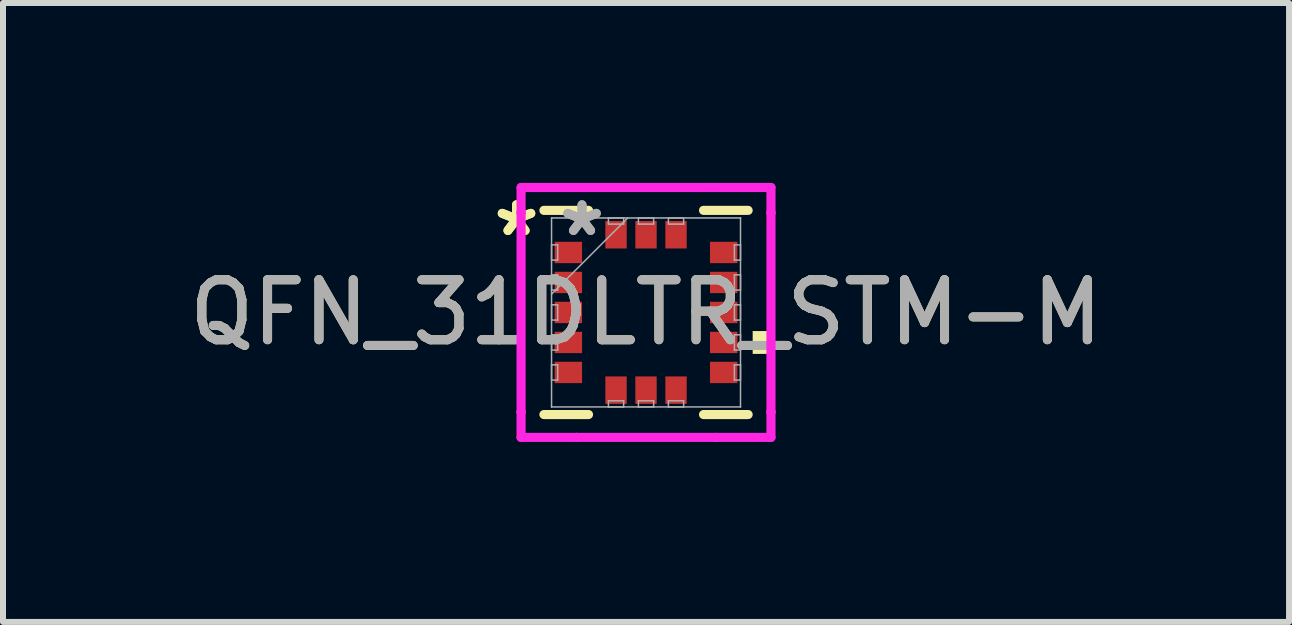
<source format=kicad_pcb>
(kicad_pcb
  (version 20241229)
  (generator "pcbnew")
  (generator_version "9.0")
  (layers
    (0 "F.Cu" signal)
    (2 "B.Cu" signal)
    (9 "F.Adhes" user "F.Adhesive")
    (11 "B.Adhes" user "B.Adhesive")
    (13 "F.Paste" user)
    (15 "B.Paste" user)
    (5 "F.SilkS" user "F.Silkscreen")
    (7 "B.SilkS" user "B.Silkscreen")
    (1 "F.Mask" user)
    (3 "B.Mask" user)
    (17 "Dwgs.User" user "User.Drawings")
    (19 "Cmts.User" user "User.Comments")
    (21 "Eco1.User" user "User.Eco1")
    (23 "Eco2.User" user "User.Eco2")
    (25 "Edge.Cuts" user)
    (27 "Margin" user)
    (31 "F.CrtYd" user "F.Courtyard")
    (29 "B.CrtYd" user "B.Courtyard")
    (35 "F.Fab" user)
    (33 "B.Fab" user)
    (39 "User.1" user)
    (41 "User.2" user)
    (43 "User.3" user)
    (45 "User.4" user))
  (footprint "QFN_31DLTR_STM-M"
    (layer "F.Cu")
    (at 7.72 2.159)
    (property "Reference" "QFN_31DLTR_STM-M" (at 0 0 0) (unlocked yes) (layer "F.SilkS") (effects (font (size 1 1) (thickness 0.15))))
    (attr smd)
    (fp_line (start -1.702 1.702) (end -0.959 1.702) (stroke (width 0.152) (type solid)) (layer "F.SilkS"))
    (fp_line (start -0.959 -1.702) (end -1.702 -1.702) (stroke (width 0.152) (type solid)) (layer "F.SilkS"))
    (fp_line (start 0.959 1.702) (end 1.702 1.702) (stroke (width 0.152) (type solid)) (layer "F.SilkS"))
    (fp_line (start 1.702 -1.702) (end 0.959 -1.702) (stroke (width 0.152) (type solid)) (layer "F.SilkS"))
    (fp_poly (pts (xy 2.032 0.31) (xy 2.032 0.691) (xy 1.778 0.691) (xy 1.778 0.31)) (stroke (width 0) (type solid)) (fill yes) (layer "F.SilkS"))
    (fp_line (start -2.083 -2.083) (end -1.161 -2.083) (stroke (width 0.152) (type solid)) (layer "F.CrtYd"))
    (fp_line (start -2.083 -1.661) (end -2.083 -2.083) (stroke (width 0.152) (type solid)) (layer "F.CrtYd"))
    (fp_line (start -2.083 -1.661) (end -2.083 -1.661) (stroke (width 0.152) (type solid)) (layer "F.CrtYd"))
    (fp_line (start -2.083 1.661) (end -2.083 -1.661) (stroke (width 0.152) (type solid)) (layer "F.CrtYd"))
    (fp_line (start -2.083 1.661) (end -2.083 1.661) (stroke (width 0.152) (type solid)) (layer "F.CrtYd"))
    (fp_line (start -2.083 2.083) (end -2.083 1.661) (stroke (width 0.152) (type solid)) (layer "F.CrtYd"))
    (fp_line (start -1.161 -2.083) (end -1.161 -2.083) (stroke (width 0.152) (type solid)) (layer "F.CrtYd"))
    (fp_line (start -1.161 -2.083) (end 1.161 -2.083) (stroke (width 0.152) (type solid)) (layer "F.CrtYd"))
    (fp_line (start -1.161 2.083) (end -2.083 2.083) (stroke (width 0.152) (type solid)) (layer "F.CrtYd"))
    (fp_line (start -1.161 2.083) (end -1.161 2.083) (stroke (width 0.152) (type solid)) (layer "F.CrtYd"))
    (fp_line (start 1.161 -2.083) (end 1.161 -2.083) (stroke (width 0.152) (type solid)) (layer "F.CrtYd"))
    (fp_line (start 1.161 -2.083) (end 2.083 -2.083) (stroke (width 0.152) (type solid)) (layer "F.CrtYd"))
    (fp_line (start 1.161 2.083) (end -1.161 2.083) (stroke (width 0.152) (type solid)) (layer "F.CrtYd"))
    (fp_line (start 1.161 2.083) (end 1.161 2.083) (stroke (width 0.152) (type solid)) (layer "F.CrtYd"))
    (fp_line (start 2.083 -2.083) (end 2.083 -1.661) (stroke (width 0.152) (type solid)) (layer "F.CrtYd"))
    (fp_line (start 2.083 -1.661) (end 2.083 -1.661) (stroke (width 0.152) (type solid)) (layer "F.CrtYd"))
    (fp_line (start 2.083 -1.661) (end 2.083 1.661) (stroke (width 0.152) (type solid)) (layer "F.CrtYd"))
    (fp_line (start 2.083 1.661) (end 2.083 1.661) (stroke (width 0.152) (type solid)) (layer "F.CrtYd"))
    (fp_line (start 2.083 1.661) (end 2.083 2.083) (stroke (width 0.152) (type solid)) (layer "F.CrtYd"))
    (fp_line (start 2.083 2.083) (end 1.161 2.083) (stroke (width 0.152) (type solid)) (layer "F.CrtYd"))
    (fp_line (start -1.575 -1.575) (end -1.575 -1.575) (stroke (width 0.025) (type solid)) (layer "F.Fab"))
    (fp_line (start -1.575 -1.575) (end -1.575 1.575) (stroke (width 0.025) (type solid)) (layer "F.Fab"))
    (fp_line (start -1.575 -1.127) (end -1.473 -1.127) (stroke (width 0.025) (type solid)) (layer "F.Fab"))
    (fp_line (start -1.575 -0.873) (end -1.575 -1.127) (stroke (width 0.025) (type solid)) (layer "F.Fab"))
    (fp_line (start -1.575 -0.627) (end -1.473 -0.627) (stroke (width 0.025) (type solid)) (layer "F.Fab"))
    (fp_line (start -1.575 -0.373) (end -1.575 -0.627) (stroke (width 0.025) (type solid)) (layer "F.Fab"))
    (fp_line (start -1.575 -0.305) (end -0.305 -1.575) (stroke (width 0.025) (type solid)) (layer "F.Fab"))
    (fp_line (start -1.575 -0.127) (end -1.473 -0.127) (stroke (width 0.025) (type solid)) (layer "F.Fab"))
    (fp_line (start -1.575 0.127) (end -1.575 -0.127) (stroke (width 0.025) (type solid)) (layer "F.Fab"))
    (fp_line (start -1.575 0.373) (end -1.473 0.373) (stroke (width 0.025) (type solid)) (layer "F.Fab"))
    (fp_line (start -1.575 0.627) (end -1.575 0.373) (stroke (width 0.025) (type solid)) (layer "F.Fab"))
    (fp_line (start -1.575 0.873) (end -1.473 0.873) (stroke (width 0.025) (type solid)) (layer "F.Fab"))
    (fp_line (start -1.575 1.127) (end -1.575 0.873) (stroke (width 0.025) (type solid)) (layer "F.Fab"))
    (fp_line (start -1.575 1.575) (end -1.575 1.575) (stroke (width 0.025) (type solid)) (layer "F.Fab"))
    (fp_line (start -1.575 1.575) (end 1.575 1.575) (stroke (width 0.025) (type solid)) (layer "F.Fab"))
    (fp_line (start -1.473 -1.127) (end -1.473 -0.873) (stroke (width 0.025) (type solid)) (layer "F.Fab"))
    (fp_line (start -1.473 -0.873) (end -1.575 -0.873) (stroke (width 0.025) (type solid)) (layer "F.Fab"))
    (fp_line (start -1.473 -0.627) (end -1.473 -0.373) (stroke (width 0.025) (type solid)) (layer "F.Fab"))
    (fp_line (start -1.473 -0.373) (end -1.575 -0.373) (stroke (width 0.025) (type solid)) (layer "F.Fab"))
    (fp_line (start -1.473 -0.127) (end -1.473 0.127) (stroke (width 0.025) (type solid)) (layer "F.Fab"))
    (fp_line (start -1.473 0.127) (end -1.575 0.127) (stroke (width 0.025) (type solid)) (layer "F.Fab"))
    (fp_line (start -1.473 0.373) (end -1.473 0.627) (stroke (width 0.025) (type solid)) (layer "F.Fab"))
    (fp_line (start -1.473 0.627) (end -1.575 0.627) (stroke (width 0.025) (type solid)) (layer "F.Fab"))
    (fp_line (start -1.473 0.873) (end -1.473 1.127) (stroke (width 0.025) (type solid)) (layer "F.Fab"))
    (fp_line (start -1.473 1.127) (end -1.575 1.127) (stroke (width 0.025) (type solid)) (layer "F.Fab"))
    (fp_line (start -0.627 -1.575) (end -0.373 -1.575) (stroke (width 0.025) (type solid)) (layer "F.Fab"))
    (fp_line (start -0.627 -1.473) (end -0.627 -1.575) (stroke (width 0.025) (type solid)) (layer "F.Fab"))
    (fp_line (start -0.627 1.473) (end -0.373 1.473) (stroke (width 0.025) (type solid)) (layer "F.Fab"))
    (fp_line (start -0.627 1.575) (end -0.627 1.473) (stroke (width 0.025) (type solid)) (layer "F.Fab"))
    (fp_line (start -0.373 -1.575) (end -0.373 -1.473) (stroke (width 0.025) (type solid)) (layer "F.Fab"))
    (fp_line (start -0.373 -1.473) (end -0.627 -1.473) (stroke (width 0.025) (type solid)) (layer "F.Fab"))
    (fp_line (start -0.373 1.473) (end -0.373 1.575) (stroke (width 0.025) (type solid)) (layer "F.Fab"))
    (fp_line (start -0.373 1.575) (end -0.627 1.575) (stroke (width 0.025) (type solid)) (layer "F.Fab"))
    (fp_line (start -0.127 -1.575) (end 0.127 -1.575) (stroke (width 0.025) (type solid)) (layer "F.Fab"))
    (fp_line (start -0.127 -1.473) (end -0.127 -1.575) (stroke (width 0.025) (type solid)) (layer "F.Fab"))
    (fp_line (start -0.127 1.473) (end 0.127 1.473) (stroke (width 0.025) (type solid)) (layer "F.Fab"))
    (fp_line (start -0.127 1.575) (end -0.127 1.473) (stroke (width 0.025) (type solid)) (layer "F.Fab"))
    (fp_line (start 0.127 -1.575) (end 0.127 -1.473) (stroke (width 0.025) (type solid)) (layer "F.Fab"))
    (fp_line (start 0.127 -1.473) (end -0.127 -1.473) (stroke (width 0.025) (type solid)) (layer "F.Fab"))
    (fp_line (start 0.127 1.473) (end 0.127 1.575) (stroke (width 0.025) (type solid)) (layer "F.Fab"))
    (fp_line (start 0.127 1.575) (end -0.127 1.575) (stroke (width 0.025) (type solid)) (layer "F.Fab"))
    (fp_line (start 0.373 -1.575) (end 0.627 -1.575) (stroke (width 0.025) (type solid)) (layer "F.Fab"))
    (fp_line (start 0.373 -1.473) (end 0.373 -1.575) (stroke (width 0.025) (type solid)) (layer "F.Fab"))
    (fp_line (start 0.373 1.473) (end 0.627 1.473) (stroke (width 0.025) (type solid)) (layer "F.Fab"))
    (fp_line (start 0.373 1.575) (end 0.373 1.473) (stroke (width 0.025) (type solid)) (layer "F.Fab"))
    (fp_line (start 0.627 -1.575) (end 0.627 -1.473) (stroke (width 0.025) (type solid)) (layer "F.Fab"))
    (fp_line (start 0.627 -1.473) (end 0.373 -1.473) (stroke (width 0.025) (type solid)) (layer "F.Fab"))
    (fp_line (start 0.627 1.473) (end 0.627 1.575) (stroke (width 0.025) (type solid)) (layer "F.Fab"))
    (fp_line (start 0.627 1.575) (end 0.373 1.575) (stroke (width 0.025) (type solid)) (layer "F.Fab"))
    (fp_line (start 1.473 -1.127) (end 1.575 -1.127) (stroke (width 0.025) (type solid)) (layer "F.Fab"))
    (fp_line (start 1.473 -0.873) (end 1.473 -1.127) (stroke (width 0.025) (type solid)) (layer "F.Fab"))
    (fp_line (start 1.473 -0.627) (end 1.575 -0.627) (stroke (width 0.025) (type solid)) (layer "F.Fab"))
    (fp_line (start 1.473 -0.373) (end 1.473 -0.627) (stroke (width 0.025) (type solid)) (layer "F.Fab"))
    (fp_line (start 1.473 -0.127) (end 1.575 -0.127) (stroke (width 0.025) (type solid)) (layer "F.Fab"))
    (fp_line (start 1.473 0.127) (end 1.473 -0.127) (stroke (width 0.025) (type solid)) (layer "F.Fab"))
    (fp_line (start 1.473 0.373) (end 1.575 0.373) (stroke (width 0.025) (type solid)) (layer "F.Fab"))
    (fp_line (start 1.473 0.627) (end 1.473 0.373) (stroke (width 0.025) (type solid)) (layer "F.Fab"))
    (fp_line (start 1.473 0.873) (end 1.575 0.873) (stroke (width 0.025) (type solid)) (layer "F.Fab"))
    (fp_line (start 1.473 1.127) (end 1.473 0.873) (stroke (width 0.025) (type solid)) (layer "F.Fab"))
    (fp_line (start 1.575 -1.575) (end -1.575 -1.575) (stroke (width 0.025) (type solid)) (layer "F.Fab"))
    (fp_line (start 1.575 -1.575) (end 1.575 -1.575) (stroke (width 0.025) (type solid)) (layer "F.Fab"))
    (fp_line (start 1.575 -1.127) (end 1.575 -0.873) (stroke (width 0.025) (type solid)) (layer "F.Fab"))
    (fp_line (start 1.575 -0.873) (end 1.473 -0.873) (stroke (width 0.025) (type solid)) (layer "F.Fab"))
    (fp_line (start 1.575 -0.627) (end 1.575 -0.373) (stroke (width 0.025) (type solid)) (layer "F.Fab"))
    (fp_line (start 1.575 -0.373) (end 1.473 -0.373) (stroke (width 0.025) (type solid)) (layer "F.Fab"))
    (fp_line (start 1.575 -0.127) (end 1.575 0.127) (stroke (width 0.025) (type solid)) (layer "F.Fab"))
    (fp_line (start 1.575 0.127) (end 1.473 0.127) (stroke (width 0.025) (type solid)) (layer "F.Fab"))
    (fp_line (start 1.575 0.373) (end 1.575 0.627) (stroke (width 0.025) (type solid)) (layer "F.Fab"))
    (fp_line (start 1.575 0.627) (end 1.473 0.627) (stroke (width 0.025) (type solid)) (layer "F.Fab"))
    (fp_line (start 1.575 0.873) (end 1.575 1.127) (stroke (width 0.025) (type solid)) (layer "F.Fab"))
    (fp_line (start 1.575 1.127) (end 1.473 1.127) (stroke (width 0.025) (type solid)) (layer "F.Fab"))
    (fp_line (start 1.575 1.575) (end 1.575 -1.575) (stroke (width 0.025) (type solid)) (layer "F.Fab"))
    (fp_line (start 1.575 1.575) (end 1.575 1.575) (stroke (width 0.025) (type solid)) (layer "F.Fab"))
    (fp_text user "*" (at -2.159 -1.25 0) (unlocked yes) (layer "F.SilkS") (effects (font (size 1 1) (thickness 0.15))))
    (fp_text user "*" (at -2.159 -1.25 0) (layer "F.SilkS") (effects (font (size 1 1) (thickness 0.15))))
    (fp_text user "*" (at -1.067 -1.25 0) (unlocked yes) (layer "F.Fab") (effects (font (size 1 1) (thickness 0.15))))
    (fp_text user "*" (at -1.067 -1.25 0) (layer "F.Fab") (effects (font (size 1 1) (thickness 0.15))))
    (fp_text user "${REFERENCE}" (at 0 0 0) (unlocked yes) (layer "F.Fab") (effects (font (size 1 1) (thickness 0.15))))
    (pad "1" smd rect (at -1.295 -1 90) (size 0.356 0.457) (layers "F.Cu" "F.Mask" "F.Paste"))
    (pad "2" smd rect (at -1.295 -0.5 90) (size 0.356 0.457) (layers "F.Cu" "F.Mask" "F.Paste"))
    (pad "3" smd rect (at -1.295 0 90) (size 0.356 0.457) (layers "F.Cu" "F.Mask" "F.Paste"))
    (pad "4" smd rect (at -1.295 0.5 90) (size 0.356 0.457) (layers "F.Cu" "F.Mask" "F.Paste"))
    (pad "5" smd rect (at -1.295 1 90) (size 0.356 0.457) (layers "F.Cu" "F.Mask" "F.Paste"))
    (pad "6" smd rect (at -0.5 1.295) (size 0.356 0.457) (layers "F.Cu" "F.Mask" "F.Paste"))
    (pad "7" smd rect (at 0 1.295) (size 0.356 0.457) (layers "F.Cu" "F.Mask" "F.Paste"))
    (pad "8" smd rect (at 0.5 1.295) (size 0.356 0.457) (layers "F.Cu" "F.Mask" "F.Paste"))
    (pad "9" smd rect (at 1.295 1 90) (size 0.356 0.457) (layers "F.Cu" "F.Mask" "F.Paste"))
    (pad "10" smd rect (at 1.295 0.5 90) (size 0.356 0.457) (layers "F.Cu" "F.Mask" "F.Paste"))
    (pad "11" smd rect (at 1.295 0 90) (size 0.356 0.457) (layers "F.Cu" "F.Mask" "F.Paste"))
    (pad "12" smd rect (at 1.295 -0.5 90) (size 0.356 0.457) (layers "F.Cu" "F.Mask" "F.Paste"))
    (pad "13" smd rect (at 1.295 -1 90) (size 0.356 0.457) (layers "F.Cu" "F.Mask" "F.Paste"))
    (pad "14" smd rect (at 0.5 -1.295) (size 0.356 0.457) (layers "F.Cu" "F.Mask" "F.Paste"))
    (pad "15" smd rect (at 0 -1.295) (size 0.356 0.457) (layers "F.Cu" "F.Mask" "F.Paste"))
    (pad "16" smd rect (at -0.5 -1.295) (size 0.356 0.457) (layers "F.Cu" "F.Mask" "F.Paste")))
  (gr_rect
    (start -3 -3)
    (end 18.44 7.318)
    (stroke (width 0.1) (type default))
    (fill no)
    (layer "Edge.Cuts")))
</source>
